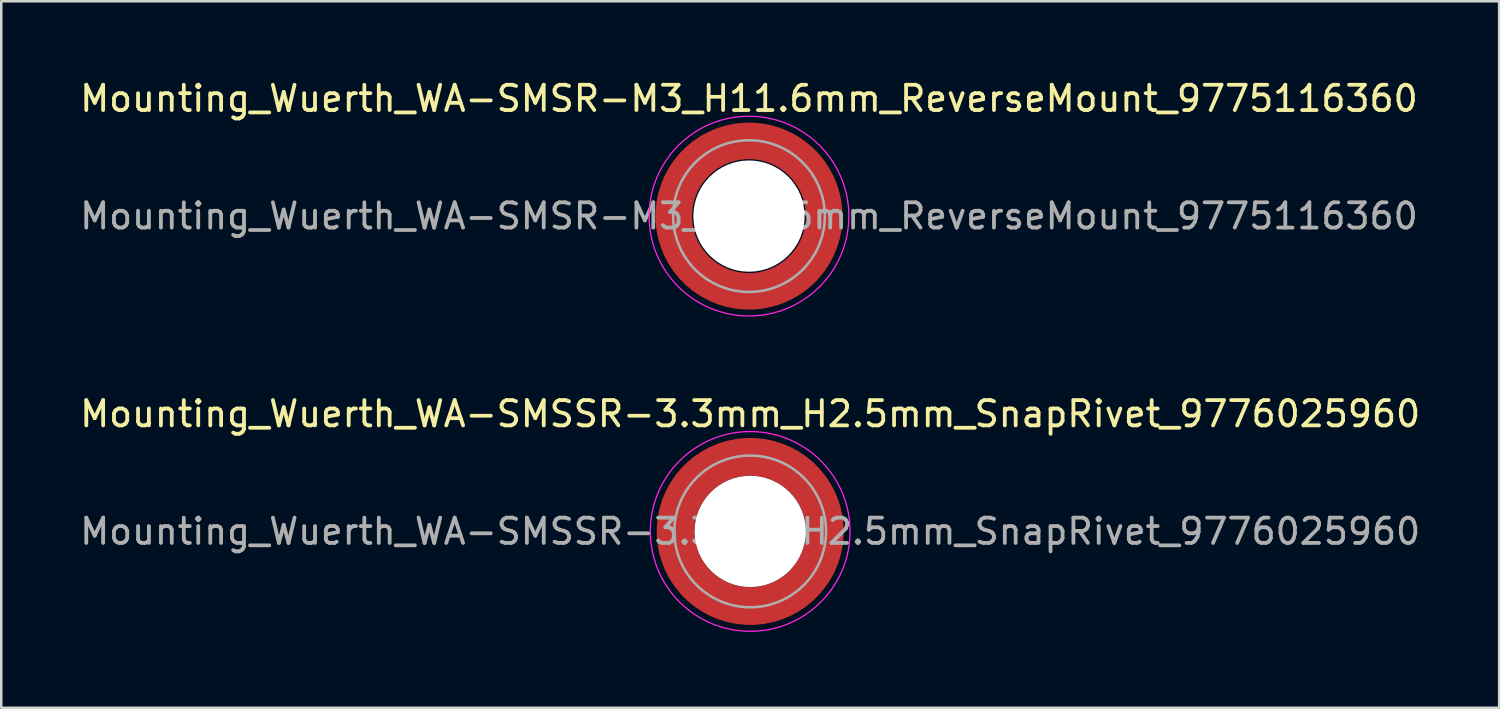
<source format=kicad_pcb>
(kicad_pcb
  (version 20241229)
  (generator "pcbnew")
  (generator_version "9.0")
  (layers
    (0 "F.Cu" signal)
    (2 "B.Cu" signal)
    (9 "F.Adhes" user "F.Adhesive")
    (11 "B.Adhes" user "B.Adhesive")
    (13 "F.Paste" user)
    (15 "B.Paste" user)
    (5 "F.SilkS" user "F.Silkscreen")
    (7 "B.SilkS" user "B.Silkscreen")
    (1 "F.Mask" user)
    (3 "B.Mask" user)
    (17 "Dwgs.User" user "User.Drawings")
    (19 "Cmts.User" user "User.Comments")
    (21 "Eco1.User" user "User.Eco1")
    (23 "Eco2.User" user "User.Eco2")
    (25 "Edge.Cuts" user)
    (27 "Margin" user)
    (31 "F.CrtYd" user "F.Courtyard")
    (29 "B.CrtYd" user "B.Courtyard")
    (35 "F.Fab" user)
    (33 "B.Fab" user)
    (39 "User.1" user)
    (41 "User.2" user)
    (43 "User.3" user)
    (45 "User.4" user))
  (footprint "Mounting_Wuerth_WA-SMSSR-3.3mm_H2.5mm_SnapRivet_9776025960"
    (layer "F.Cu")
    (at 26.625 17.971)
    (property "Reference" "Mounting_Wuerth_WA-SMSSR-3.3mm_H2.5mm_SnapRivet_9776025960" (at 0 -4.65 0) (layer "F.SilkS") (effects (font (size 1 1) (thickness 0.15))))
    (attr smd allow_soldermask_bridges)
    (fp_circle (center 0 0) (end 3.95 0) (stroke (width 0.05) (type solid)) (fill no) (layer "F.CrtYd"))
    (fp_circle (center 0 0) (end 3 0) (stroke (width 0.1) (type solid)) (fill no) (layer "F.Fab"))
    (fp_text user "${REFERENCE}" (at 0 0 0) (layer "F.Fab") (effects (font (size 1 1) (thickness 0.15))))
    (pad "" smd custom (at -2.077 -2.077) (size 0.698 0.698) (layers "F.Paste") (options (anchor circle)) (primitives (gr_arc (start -0.208831 1.577126) (mid 0.422496 0.422496) (end 1.577126 -0.208831) (width 0.2)) (gr_arc (start -0.310669 1.577126) (mid 0.35208 0.35208) (end 1.577126 -0.310669) (width 0.2)) (gr_arc (start -0.412325 1.577126) (mid 0.281664 0.281664) (end 1.577126 -0.412325) (width 0.2)) (gr_arc (start -0.51382 1.577126) (mid 0.211248 0.211248) (end 1.577126 -0.51382) (width 0.2)) (gr_arc (start -0.615172 1.577126) (mid 0.140832 0.140832) (end 1.577126 -0.615172) (width 0.2)) (gr_arc (start -0.716397 1.577126) (mid 0.070416 0.070416) (end 1.577126 -0.716397) (width 0.2)) (gr_arc (start -0.817508 1.577126) (mid 0 0) (end 1.577126 -0.817508) (width 0.2)) (gr_arc (start -0.918517 1.577126) (mid -0.070416 -0.070416) (end 1.577126 -0.918517) (width 0.2)) (gr_arc (start -1.019433 1.577126) (mid -0.140832 -0.140832) (end 1.577126 -1.019433) (width 0.2)) (gr_arc (start -1.120266 1.577126) (mid -0.211248 -0.211248) (end 1.577126 -1.120266) (width 0.2)) (gr_arc (start -1.221022 1.577126) (mid -0.281664 -0.281664) (end 1.577126 -1.221022) (width 0.2)) (gr_arc (start -1.32171 1.577126) (mid -0.35208 -0.35208) (end 1.577126 -1.32171) (width 0.2)) (gr_arc (start -1.422335 1.577126) (mid -0.422496 -0.422496) (end 1.577126 -1.422335) (width 0.2)) (gr_line (start 1.577 -0.209) (end 1.577 -1.422) (width 0.2)) (gr_line (start -0.209 1.577) (end -1.422 1.577) (width 0.2))))
    (pad "" smd custom (at -2.077 2.077) (size 0.698 0.698) (layers "F.Paste") (options (anchor circle)) (primitives (gr_arc (start 1.577126 0.208831) (mid 0.422496 -0.422496) (end -0.208831 -1.577126) (width 0.2)) (gr_arc (start 1.577126 0.310669) (mid 0.35208 -0.35208) (end -0.310669 -1.577126) (width 0.2)) (gr_arc (start 1.577126 0.412325) (mid 0.281664 -0.281664) (end -0.412325 -1.577126) (width 0.2)) (gr_arc (start 1.577126 0.51382) (mid 0.211248 -0.211248) (end -0.51382 -1.577126) (width 0.2)) (gr_arc (start 1.577126 0.615172) (mid 0.140832 -0.140832) (end -0.615172 -1.577126) (width 0.2)) (gr_arc (start 1.577126 0.716397) (mid 0.070416 -0.070416) (end -0.716397 -1.577126) (width 0.2)) (gr_arc (start 1.577126 0.817508) (mid 0 0) (end -0.817508 -1.577126) (width 0.2)) (gr_arc (start 1.577126 0.918517) (mid -0.070416 0.070416) (end -0.918517 -1.577126) (width 0.2)) (gr_arc (start 1.577126 1.019433) (mid -0.140832 0.140832) (end -1.019433 -1.577126) (width 0.2)) (gr_arc (start 1.577126 1.120266) (mid -0.211248 0.211248) (end -1.120266 -1.577126) (width 0.2)) (gr_arc (start 1.577126 1.221022) (mid -0.281664 0.281664) (end -1.221022 -1.577126) (width 0.2)) (gr_arc (start 1.577126 1.32171) (mid -0.35208 0.35208) (end -1.32171 -1.577126) (width 0.2)) (gr_arc (start 1.577126 1.422335) (mid -0.422496 0.422496) (end -1.422335 -1.577126) (width 0.2)) (gr_line (start -0.209 -1.577) (end -1.422 -1.577) (width 0.2)) (gr_line (start 1.577 0.209) (end 1.577 1.422) (width 0.2))))
    (pad "" np_thru_hole circle (at 0 0) (size 4.4 4.4) (drill 4.4) (layers "*.Cu" "*.Mask"))
    (pad "" smd custom (at 2.077 -2.077) (size 0.698 0.698) (layers "F.Paste") (options (anchor circle)) (primitives (gr_arc (start -1.577126 -0.208831) (mid -0.422496 0.422496) (end 0.208831 1.577126) (width 0.2)) (gr_arc (start -1.577126 -0.310669) (mid -0.35208 0.35208) (end 0.310669 1.577126) (width 0.2)) (gr_arc (start -1.577126 -0.412325) (mid -0.281664 0.281664) (end 0.412325 1.577126) (width 0.2)) (gr_arc (start -1.577126 -0.51382) (mid -0.211248 0.211248) (end 0.51382 1.577126) (width 0.2)) (gr_arc (start -1.577126 -0.615172) (mid -0.140832 0.140832) (end 0.615172 1.577126) (width 0.2)) (gr_arc (start -1.577126 -0.716397) (mid -0.070416 0.070416) (end 0.716397 1.577126) (width 0.2)) (gr_arc (start -1.577126 -0.817508) (mid 0 0) (end 0.817508 1.577126) (width 0.2)) (gr_arc (start -1.577126 -0.918517) (mid 0.070416 -0.070416) (end 0.918517 1.577126) (width 0.2)) (gr_arc (start -1.577126 -1.019433) (mid 0.140832 -0.140832) (end 1.019433 1.577126) (width 0.2)) (gr_arc (start -1.577126 -1.120266) (mid 0.211248 -0.211248) (end 1.120266 1.577126) (width 0.2)) (gr_arc (start -1.577126 -1.221022) (mid 0.281664 -0.281664) (end 1.221022 1.577126) (width 0.2)) (gr_arc (start -1.577126 -1.32171) (mid 0.35208 -0.35208) (end 1.32171 1.577126) (width 0.2)) (gr_arc (start -1.577126 -1.422335) (mid 0.422496 -0.422496) (end 1.422335 1.577126) (width 0.2)) (gr_line (start 0.209 1.577) (end 1.422 1.577) (width 0.2)) (gr_line (start -1.577 -0.209) (end -1.577 -1.422) (width 0.2))))
    (pad "" smd custom (at 2.077 2.077) (size 0.698 0.698) (layers "F.Paste") (options (anchor circle)) (primitives (gr_arc (start 0.208831 -1.577126) (mid -0.422496 -0.422496) (end -1.577126 0.208831) (width 0.2)) (gr_arc (start 0.310669 -1.577126) (mid -0.35208 -0.35208) (end -1.577126 0.310669) (width 0.2)) (gr_arc (start 0.412325 -1.577126) (mid -0.281664 -0.281664) (end -1.577126 0.412325) (width 0.2)) (gr_arc (start 0.51382 -1.577126) (mid -0.211248 -0.211248) (end -1.577126 0.51382) (width 0.2)) (gr_arc (start 0.615172 -1.577126) (mid -0.140832 -0.140832) (end -1.577126 0.615172) (width 0.2)) (gr_arc (start 0.716397 -1.577126) (mid -0.070416 -0.070416) (end -1.577126 0.716397) (width 0.2)) (gr_arc (start 0.817508 -1.577126) (mid 0 0) (end -1.577126 0.817508) (width 0.2)) (gr_arc (start 0.918517 -1.577126) (mid 0.070416 0.070416) (end -1.577126 0.918517) (width 0.2)) (gr_arc (start 1.019433 -1.577126) (mid 0.140832 0.140832) (end -1.577126 1.019433) (width 0.2)) (gr_arc (start 1.120266 -1.577126) (mid 0.211248 0.211248) (end -1.577126 1.120266) (width 0.2)) (gr_arc (start 1.221022 -1.577126) (mid 0.281664 0.281664) (end -1.577126 1.221022) (width 0.2)) (gr_arc (start 1.32171 -1.577126) (mid 0.35208 0.35208) (end -1.577126 1.32171) (width 0.2)) (gr_arc (start 1.422335 -1.577126) (mid 0.422496 0.422496) (end -1.577126 1.422335) (width 0.2)) (gr_line (start -1.577 0.209) (end -1.577 1.422) (width 0.2)) (gr_line (start 0.209 -1.577) (end 1.422 -1.577) (width 0.2))))
    (pad "1" smd circle (at -2.95 0) (size 0.992 0.992) (layers "F.Cu"))
    (pad "1" smd circle (at 0 -2.95) (size 0.992 0.992) (layers "F.Cu"))
    (pad "1" smd circle (at 0 2.95) (size 0.992 0.992) (layers "F.Cu"))
    (pad "1" smd custom (at 2.95 0) (size 1.5 1.5) (layers "F.Cu" "F.Mask") (options (anchor circle)) (primitives (gr_circle (center -2.95 0) (end 0 0) (width 1.5) (fill no)))))
  (footprint "Mounting_Wuerth_WA-SMSR-M3_H11.6mm_ReverseMount_9775116360"
    (layer "F.Cu")
    (at 26.577 5.498)
    (property "Reference" "Mounting_Wuerth_WA-SMSR-M3_H11.6mm_ReverseMount_9775116360" (at 0 -4.65 0) (layer "F.SilkS") (effects (font (size 1 1) (thickness 0.15))))
    (attr smd allow_soldermask_bridges)
    (fp_circle (center 0 0) (end 3.95 0) (stroke (width 0.05) (type solid)) (fill no) (layer "F.CrtYd"))
    (fp_circle (center 0 0) (end 3 0) (stroke (width 0.1) (type solid)) (fill no) (layer "F.Fab"))
    (fp_text user "${REFERENCE}" (at 0 0 0) (layer "F.Fab") (effects (font (size 1 1) (thickness 0.15))))
    (pad "" smd custom (at -2.095 -2.095) (size 0.672 0.672) (layers "F.Paste") (options (anchor circle)) (primitives (gr_arc (start -0.24231 1.594804) (mid 0.404819 0.404819) (end 1.594804 -0.24231) (width 0.2)) (gr_arc (start -0.3398 1.594804) (mid 0.337349 0.337349) (end 1.594804 -0.3398) (width 0.2)) (gr_arc (start -0.437132 1.594804) (mid 0.269879 0.269879) (end 1.594804 -0.437132) (width 0.2)) (gr_arc (start -0.534324 1.594804) (mid 0.202409 0.202409) (end 1.594804 -0.534324) (width 0.2)) (gr_arc (start -0.631391 1.594804) (mid 0.13494 0.13494) (end 1.594804 -0.631391) (width 0.2)) (gr_arc (start -0.728345 1.594804) (mid 0.06747 0.06747) (end 1.594804 -0.728345) (width 0.2)) (gr_arc (start -0.825197 1.594804) (mid 0 0) (end 1.594804 -0.825197) (width 0.2)) (gr_arc (start -0.921958 1.594804) (mid -0.06747 -0.06747) (end 1.594804 -0.921958) (width 0.2)) (gr_arc (start -1.018637 1.594804) (mid -0.13494 -0.13494) (end 1.594804 -1.018637) (width 0.2)) (gr_arc (start -1.115239 1.594804) (mid -0.202409 -0.202409) (end 1.594804 -1.115239) (width 0.2)) (gr_arc (start -1.211773 1.594804) (mid -0.269879 -0.269879) (end 1.594804 -1.211773) (width 0.2)) (gr_arc (start -1.308244 1.594804) (mid -0.337349 -0.337349) (end 1.594804 -1.308244) (width 0.2)) (gr_arc (start -1.404657 1.594804) (mid -0.404819 -0.404819) (end 1.594804 -1.404657) (width 0.2)) (gr_arc (start -1.404657 1.594804) (mid -0.404819 -0.404819) (end 1.594804 -1.404657) (width 0.2)) (gr_line (start 1.595 -0.242) (end 1.595 -1.405) (width 0.2)) (gr_line (start -0.242 1.595) (end -1.405 1.595) (width 0.2))))
    (pad "" smd custom (at -2.095 2.095) (size 0.672 0.672) (layers "F.Paste") (options (anchor circle)) (primitives (gr_arc (start 1.594804 0.24231) (mid 0.404819 -0.404819) (end -0.24231 -1.594804) (width 0.2)) (gr_arc (start 1.594804 0.3398) (mid 0.337349 -0.337349) (end -0.3398 -1.594804) (width 0.2)) (gr_arc (start 1.594804 0.437132) (mid 0.269879 -0.269879) (end -0.437132 -1.594804) (width 0.2)) (gr_arc (start 1.594804 0.534324) (mid 0.202409 -0.202409) (end -0.534324 -1.594804) (width 0.2)) (gr_arc (start 1.594804 0.631391) (mid 0.13494 -0.13494) (end -0.631391 -1.594804) (width 0.2)) (gr_arc (start 1.594804 0.728345) (mid 0.06747 -0.06747) (end -0.728345 -1.594804) (width 0.2)) (gr_arc (start 1.594804 0.825197) (mid 0 0) (end -0.825197 -1.594804) (width 0.2)) (gr_arc (start 1.594804 0.921958) (mid -0.06747 0.06747) (end -0.921958 -1.594804) (width 0.2)) (gr_arc (start 1.594804 1.018637) (mid -0.13494 0.13494) (end -1.018637 -1.594804) (width 0.2)) (gr_arc (start 1.594804 1.115239) (mid -0.202409 0.202409) (end -1.115239 -1.594804) (width 0.2)) (gr_arc (start 1.594804 1.211773) (mid -0.269879 0.269879) (end -1.211773 -1.594804) (width 0.2)) (gr_arc (start 1.594804 1.308244) (mid -0.337349 0.337349) (end -1.308244 -1.594804) (width 0.2)) (gr_arc (start 1.594804 1.404657) (mid -0.404819 0.404819) (end -1.404657 -1.594804) (width 0.2)) (gr_arc (start 1.594804 1.404657) (mid -0.404819 0.404819) (end -1.404657 -1.594804) (width 0.2)) (gr_line (start -0.242 -1.595) (end -1.405 -1.595) (width 0.2)) (gr_line (start 1.595 0.242) (end 1.595 1.405) (width 0.2))))
    (pad "" np_thru_hole circle (at 0 0) (size 4.4 4.4) (drill 4.4) (layers "*.Cu" "*.Mask"))
    (pad "" smd custom (at 2.095 -2.095) (size 0.672 0.672) (layers "F.Paste") (options (anchor circle)) (primitives (gr_arc (start -1.594804 -0.24231) (mid -0.404819 0.404819) (end 0.24231 1.594804) (width 0.2)) (gr_arc (start -1.594804 -0.3398) (mid -0.337349 0.337349) (end 0.3398 1.594804) (width 0.2)) (gr_arc (start -1.594804 -0.437132) (mid -0.269879 0.269879) (end 0.437132 1.594804) (width 0.2)) (gr_arc (start -1.594804 -0.534324) (mid -0.202409 0.202409) (end 0.534324 1.594804) (width 0.2)) (gr_arc (start -1.594804 -0.631391) (mid -0.13494 0.13494) (end 0.631391 1.594804) (width 0.2)) (gr_arc (start -1.594804 -0.728345) (mid -0.06747 0.06747) (end 0.728345 1.594804) (width 0.2)) (gr_arc (start -1.594804 -0.825197) (mid 0 0) (end 0.825197 1.594804) (width 0.2)) (gr_arc (start -1.594804 -0.921958) (mid 0.06747 -0.06747) (end 0.921958 1.594804) (width 0.2)) (gr_arc (start -1.594804 -1.018637) (mid 0.13494 -0.13494) (end 1.018637 1.594804) (width 0.2)) (gr_arc (start -1.594804 -1.115239) (mid 0.202409 -0.202409) (end 1.115239 1.594804) (width 0.2)) (gr_arc (start -1.594804 -1.211773) (mid 0.269879 -0.269879) (end 1.211773 1.594804) (width 0.2)) (gr_arc (start -1.594804 -1.308244) (mid 0.337349 -0.337349) (end 1.308244 1.594804) (width 0.2)) (gr_arc (start -1.594804 -1.404657) (mid 0.404819 -0.404819) (end 1.404657 1.594804) (width 0.2)) (gr_arc (start -1.594804 -1.404657) (mid 0.404819 -0.404819) (end 1.404657 1.594804) (width 0.2)) (gr_line (start 0.242 1.595) (end 1.405 1.595) (width 0.2)) (gr_line (start -1.595 -0.242) (end -1.595 -1.405) (width 0.2))))
    (pad "" smd custom (at 2.095 2.095) (size 0.672 0.672) (layers "F.Paste") (options (anchor circle)) (primitives (gr_arc (start 0.24231 -1.594804) (mid -0.404819 -0.404819) (end -1.594804 0.24231) (width 0.2)) (gr_arc (start 0.3398 -1.594804) (mid -0.337349 -0.337349) (end -1.594804 0.3398) (width 0.2)) (gr_arc (start 0.437132 -1.594804) (mid -0.269879 -0.269879) (end -1.594804 0.437132) (width 0.2)) (gr_arc (start 0.534324 -1.594804) (mid -0.202409 -0.202409) (end -1.594804 0.534324) (width 0.2)) (gr_arc (start 0.631391 -1.594804) (mid -0.13494 -0.13494) (end -1.594804 0.631391) (width 0.2)) (gr_arc (start 0.728345 -1.594804) (mid -0.06747 -0.06747) (end -1.594804 0.728345) (width 0.2)) (gr_arc (start 0.825197 -1.594804) (mid 0 0) (end -1.594804 0.825197) (width 0.2)) (gr_arc (start 0.921958 -1.594804) (mid 0.06747 0.06747) (end -1.594804 0.921958) (width 0.2)) (gr_arc (start 1.018637 -1.594804) (mid 0.13494 0.13494) (end -1.594804 1.018637) (width 0.2)) (gr_arc (start 1.115239 -1.594804) (mid 0.202409 0.202409) (end -1.594804 1.115239) (width 0.2)) (gr_arc (start 1.211773 -1.594804) (mid 0.269879 0.269879) (end -1.594804 1.211773) (width 0.2)) (gr_arc (start 1.308244 -1.594804) (mid 0.337349 0.337349) (end -1.594804 1.308244) (width 0.2)) (gr_arc (start 1.404657 -1.594804) (mid 0.404819 0.404819) (end -1.594804 1.404657) (width 0.2)) (gr_arc (start 1.404657 -1.594804) (mid 0.404819 0.404819) (end -1.594804 1.404657) (width 0.2)) (gr_line (start -1.595 0.242) (end -1.595 1.405) (width 0.2)) (gr_line (start 0.242 -1.595) (end 1.405 -1.595) (width 0.2))))
    (pad "1" smd circle (at -2.975 0) (size 0.942 0.942) (layers "F.Cu"))
    (pad "1" smd circle (at 0 -2.975) (size 0.942 0.942) (layers "F.Cu"))
    (pad "1" smd circle (at 0 2.975) (size 0.942 0.942) (layers "F.Cu"))
    (pad "1" smd custom (at 2.975 0) (size 1.45 1.45) (layers "F.Cu" "F.Mask") (options (anchor circle)) (primitives (gr_circle (center -2.975 0) (end 0 0) (width 1.45) (fill no)))))
  (gr_rect
    (start -3 -3)
    (end 56.25 24.947)
    (stroke (width 0.1) (type default))
    (fill no)
    (layer "Edge.Cuts")))
</source>
